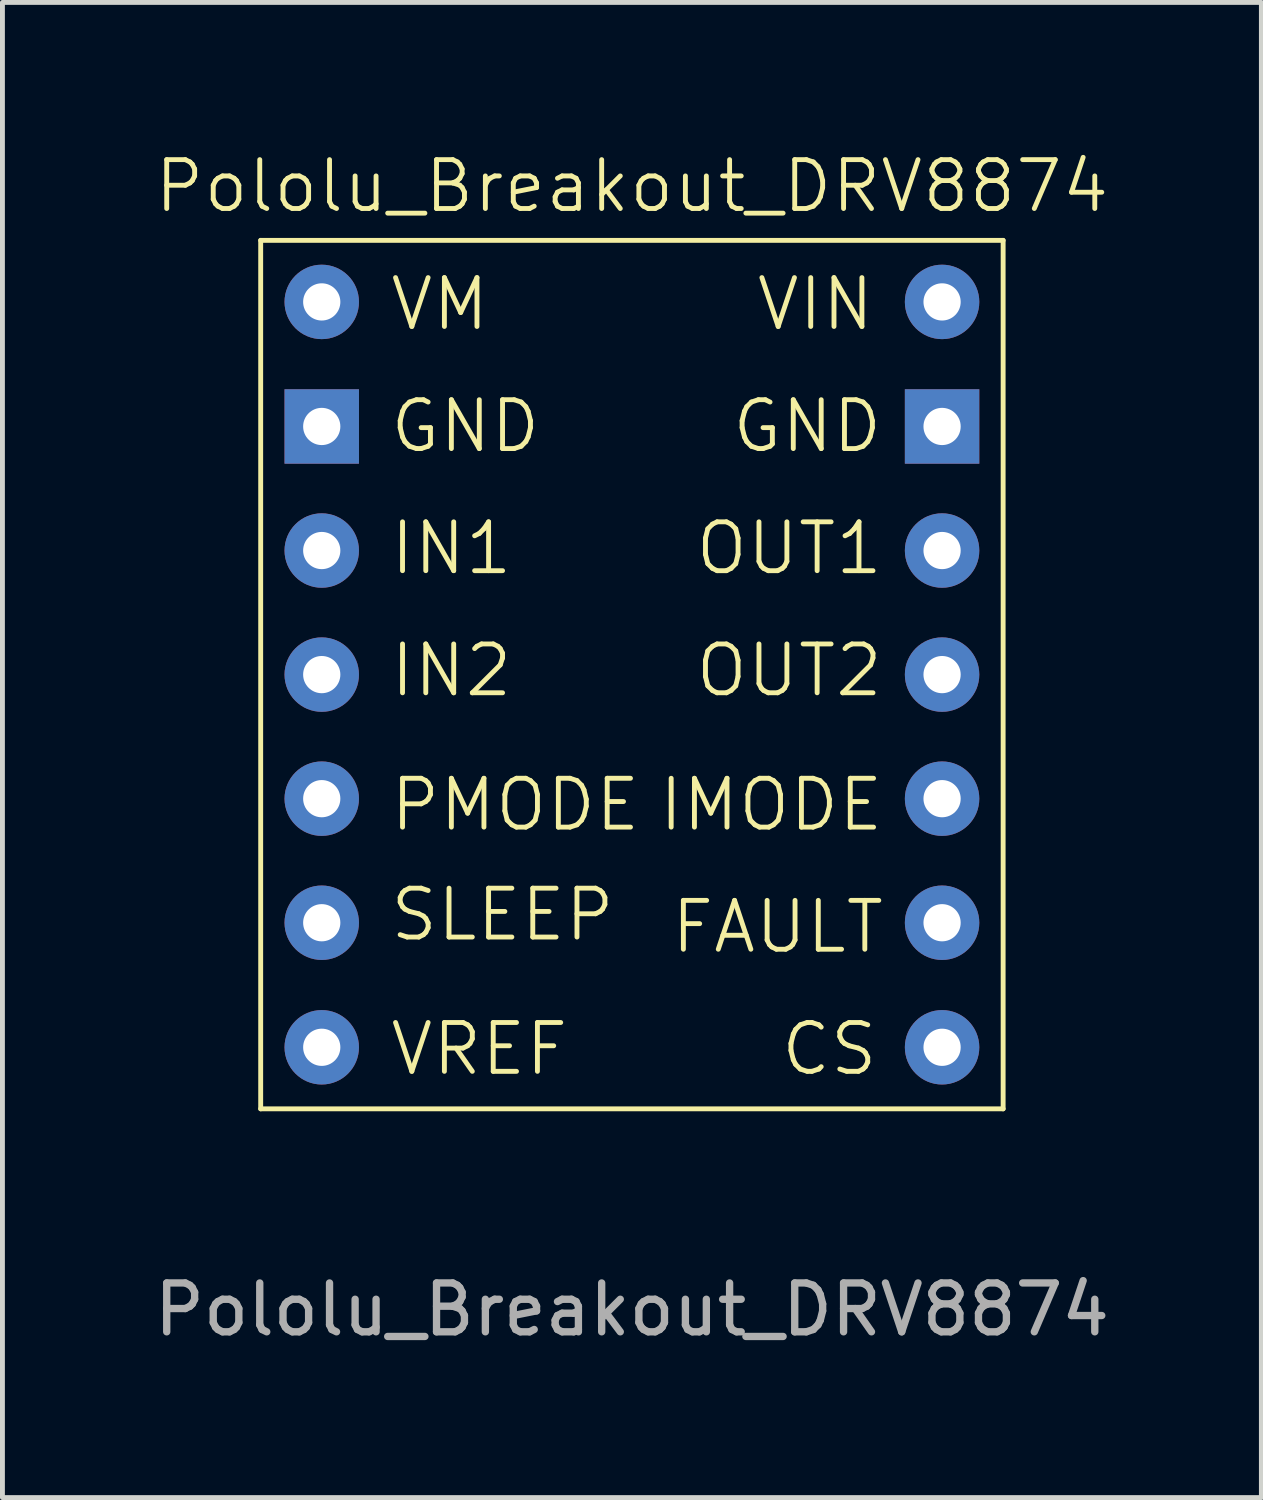
<source format=kicad_pcb>
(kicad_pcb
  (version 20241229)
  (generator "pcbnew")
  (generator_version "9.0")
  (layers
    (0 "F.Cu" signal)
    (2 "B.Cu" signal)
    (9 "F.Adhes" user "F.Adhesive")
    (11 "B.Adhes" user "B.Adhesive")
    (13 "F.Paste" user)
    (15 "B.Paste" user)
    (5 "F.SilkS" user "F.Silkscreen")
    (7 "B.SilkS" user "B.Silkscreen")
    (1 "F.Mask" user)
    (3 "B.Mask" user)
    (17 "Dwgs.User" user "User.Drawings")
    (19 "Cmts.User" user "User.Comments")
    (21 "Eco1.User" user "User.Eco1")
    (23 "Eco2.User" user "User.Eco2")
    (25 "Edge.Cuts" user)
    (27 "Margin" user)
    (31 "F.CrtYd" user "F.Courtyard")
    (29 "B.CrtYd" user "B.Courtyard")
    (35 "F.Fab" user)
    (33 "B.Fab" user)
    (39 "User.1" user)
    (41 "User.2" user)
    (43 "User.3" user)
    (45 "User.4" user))
  (footprint "Pololu_Breakout_DRV8874"
    (layer "F.Cu")
    (at 9.887 10.761)
    (property "Reference" "Pololu_Breakout_DRV8874" (at 0 -10 0) (unlocked yes) (layer "F.SilkS") (effects (font (size 1 1) (thickness 0.1))))
    (attr through_hole)
    (fp_line (start -7.6 -8.89) (end 7.6 -8.89) (stroke (width 0.1) (type default)) (layer "F.SilkS"))
    (fp_line (start -7.6 8.89) (end -7.6 -8.89) (stroke (width 0.1) (type default)) (layer "F.SilkS"))
    (fp_line (start 7.6 -8.89) (end 7.6 8.89) (stroke (width 0.1) (type default)) (layer "F.SilkS"))
    (fp_line (start 7.6 8.89) (end -7.6 8.89) (stroke (width 0.1) (type default)) (layer "F.SilkS"))
    (fp_text user "IN2" (at -5 0.5 0) (unlocked yes) (layer "F.SilkS") (effects (font (size 1 1) (thickness 0.1)) (justify left bottom)))
    (fp_text user "GND" (at 2 -4.5 0) (unlocked yes) (layer "F.SilkS") (effects (font (size 1 1) (thickness 0.1)) (justify left bottom)))
    (fp_text user "PMODE" (at -5 3.25 0) (unlocked yes) (layer "F.SilkS") (effects (font (size 1 1) (thickness 0.1)) (justify left bottom)))
    (fp_text user "GND" (at -5 -4.5 0) (unlocked yes) (layer "F.SilkS") (effects (font (size 1 1) (thickness 0.1)) (justify left bottom)))
    (fp_text user "VIN" (at 2.5 -7 0) (unlocked yes) (layer "F.SilkS") (effects (font (size 1 1) (thickness 0.1)) (justify left bottom)))
    (fp_text user "FAULT" (at 0.75 5.75 0) (unlocked yes) (layer "F.SilkS") (effects (font (size 1 1) (thickness 0.1)) (justify left bottom)))
    (fp_text user "IMODE" (at 0.5 3.25 0) (unlocked yes) (layer "F.SilkS") (effects (font (size 1 1) (thickness 0.1)) (justify left bottom)))
    (fp_text user "IN1" (at -5 -2 0) (unlocked yes) (layer "F.SilkS") (effects (font (size 1 1) (thickness 0.1)) (justify left bottom)))
    (fp_text user "SLEEP" (at -5 5.5 0) (unlocked yes) (layer "F.SilkS") (effects (font (size 1 1) (thickness 0.1)) (justify left bottom)))
    (fp_text user "VM" (at -5 -7 0) (unlocked yes) (layer "F.SilkS") (effects (font (size 1 1) (thickness 0.1)) (justify left bottom)))
    (fp_text user "OUT2" (at 1.25 0.5 0) (unlocked yes) (layer "F.SilkS") (effects (font (size 1 1) (thickness 0.1)) (justify left bottom)))
    (fp_text user "VREF" (at -5 8.25 0) (unlocked yes) (layer "F.SilkS") (effects (font (size 1 1) (thickness 0.1)) (justify left bottom)))
    (fp_text user "CS" (at 3 8.25 0) (unlocked yes) (layer "F.SilkS") (effects (font (size 1 1) (thickness 0.1)) (justify left bottom)))
    (fp_text user "OUT1" (at 1.25 -2 0) (unlocked yes) (layer "F.SilkS") (effects (font (size 1 1) (thickness 0.1)) (justify left bottom)))
    (fp_text user "${REFERENCE}" (at 0 13 0) (unlocked yes) (layer "F.Fab") (effects (font (size 1 1) (thickness 0.15))))
    (pad "2" thru_hole circle (at -6.35 -7.63) (size 1.524 1.524) (drill 0.762) (layers "*.Cu" "*.Mask"))
    (pad "3" thru_hole circle (at 6.35 -7.63) (size 1.524 1.524) (drill 0.762) (layers "*.Cu" "*.Mask"))
    (pad "4" thru_hole rect (at -6.35 -5.08) (size 1.524 1.524) (drill 0.762) (layers "*.Cu" "*.Mask"))
    (pad "5" thru_hole circle (at -6.35 -2.54) (size 1.524 1.524) (drill 0.762) (layers "*.Cu" "*.Mask"))
    (pad "6" thru_hole circle (at -6.35 0) (size 1.524 1.524) (drill 0.762) (layers "*.Cu" "*.Mask"))
    (pad "7" thru_hole circle (at -6.35 2.54) (size 1.524 1.524) (drill 0.762) (layers "*.Cu" "*.Mask"))
    (pad "8" thru_hole circle (at -6.35 5.08) (size 1.524 1.524) (drill 0.762) (layers "*.Cu" "*.Mask"))
    (pad "9" thru_hole circle (at -6.35 7.63) (size 1.524 1.524) (drill 0.762) (layers "*.Cu" "*.Mask"))
    (pad "10" thru_hole rect (at 6.35 -5.08) (size 1.524 1.524) (drill 0.762) (layers "*.Cu" "*.Mask"))
    (pad "11" thru_hole circle (at 6.35 -2.54) (size 1.524 1.524) (drill 0.762) (layers "*.Cu" "*.Mask"))
    (pad "12" thru_hole circle (at 6.35 0) (size 1.524 1.524) (drill 0.762) (layers "*.Cu" "*.Mask"))
    (pad "13" thru_hole circle (at 6.35 2.54) (size 1.524 1.524) (drill 0.762) (layers "*.Cu" "*.Mask"))
    (pad "14" thru_hole circle (at 6.35 5.08) (size 1.524 1.524) (drill 0.762) (layers "*.Cu" "*.Mask"))
    (pad "15" thru_hole circle (at 6.35 7.63) (size 1.524 1.524) (drill 0.762) (layers "*.Cu" "*.Mask"))
    (zone (net_name "") (layer "F.SilkS") (hatch edge 0.5) (connect_pads) (min_thickness 0.25) (filled_areas_thickness no) (keepout (tracks allowed) (vias allowed) (pads not_allowed) (copperpour allowed) (footprints not_allowed)) (placement (enabled no)) (fill) (polygon (pts (xy 2.287 1.871) (xy 17.487 1.871) (xy 17.487 19.651) (xy 2.287 19.651)))))
  (gr_rect
    (start -3 -3)
    (end 22.774 27.609)
    (stroke (width 0.1) (type default))
    (fill no)
    (layer "Edge.Cuts")))
</source>
